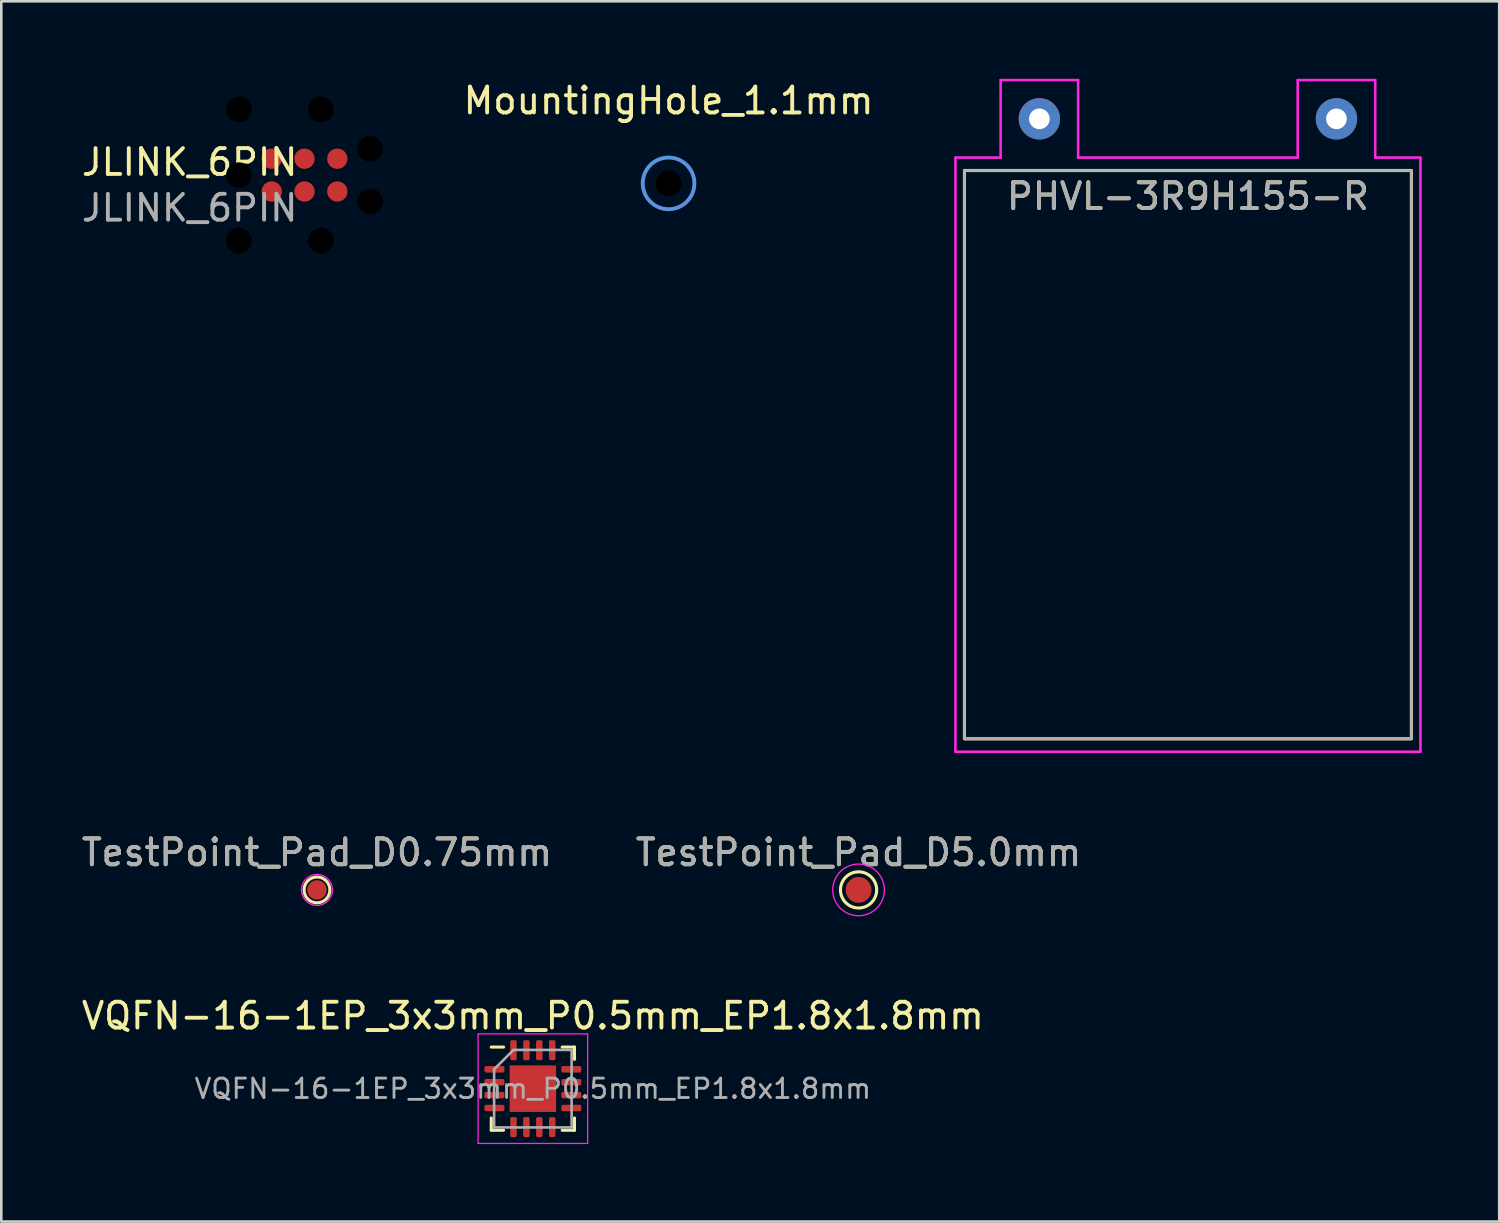
<source format=kicad_pcb>
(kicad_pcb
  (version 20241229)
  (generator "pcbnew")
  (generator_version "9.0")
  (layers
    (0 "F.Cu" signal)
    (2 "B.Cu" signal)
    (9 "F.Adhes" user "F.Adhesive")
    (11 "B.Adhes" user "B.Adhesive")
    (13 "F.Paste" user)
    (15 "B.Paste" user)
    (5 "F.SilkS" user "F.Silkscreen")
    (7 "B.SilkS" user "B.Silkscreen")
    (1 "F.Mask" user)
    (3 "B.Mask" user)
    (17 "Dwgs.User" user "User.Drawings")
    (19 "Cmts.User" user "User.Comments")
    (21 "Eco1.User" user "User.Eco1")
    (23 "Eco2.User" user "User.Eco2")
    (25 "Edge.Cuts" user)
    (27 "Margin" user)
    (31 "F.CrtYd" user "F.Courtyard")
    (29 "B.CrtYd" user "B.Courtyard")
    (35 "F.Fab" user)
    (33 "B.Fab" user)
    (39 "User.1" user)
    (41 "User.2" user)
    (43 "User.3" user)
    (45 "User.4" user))
  (footprint "PHVL-3R9H155-R"
    (layer "F.Cu")
    (at 42.934 1.55)
    (property "Reference" "PHVL-3R9H155-R" (at 0 3 180) (layer "F.SilkS") (effects (font (size 1 1) (thickness 0.15))))
    (attr through_hole exclude_from_pos_files)
    (fp_rect (start -8.65 2) (end 8.65 24) (stroke (width 0.12) (type solid)) (fill no) (layer "F.SilkS"))
    (fp_line (start -9 24.5) (end -9 1.5) (stroke (width 0.1) (type solid)) (layer "F.CrtYd"))
    (fp_line (start -7.25 -1.5) (end -4.25 -1.5) (stroke (width 0.1) (type solid)) (layer "F.CrtYd"))
    (fp_line (start -7.25 1.5) (end -9 1.5) (stroke (width 0.1) (type solid)) (layer "F.CrtYd"))
    (fp_line (start -7.25 1.5) (end -7.25 -1.5) (stroke (width 0.1) (type solid)) (layer "F.CrtYd"))
    (fp_line (start -4.25 -1.5) (end -4.25 1.5) (stroke (width 0.1) (type solid)) (layer "F.CrtYd"))
    (fp_line (start 4.25 -1.5) (end 7.25 -1.5) (stroke (width 0.1) (type solid)) (layer "F.CrtYd"))
    (fp_line (start 4.25 1.5) (end -4.25 1.5) (stroke (width 0.1) (type solid)) (layer "F.CrtYd"))
    (fp_line (start 4.25 1.5) (end 4.25 -1.5) (stroke (width 0.1) (type solid)) (layer "F.CrtYd"))
    (fp_line (start 7.25 -1.5) (end 7.25 1.5) (stroke (width 0.1) (type solid)) (layer "F.CrtYd"))
    (fp_line (start 9 1.5) (end 7.25 1.5) (stroke (width 0.1) (type solid)) (layer "F.CrtYd"))
    (fp_line (start 9 1.5) (end 9 24.5) (stroke (width 0.1) (type solid)) (layer "F.CrtYd"))
    (fp_line (start 9 24.5) (end -9 24.5) (stroke (width 0.1) (type solid)) (layer "F.CrtYd"))
    (fp_rect (start -8.65 2) (end 8.65 24) (stroke (width 0.1) (type solid)) (fill no) (layer "F.Fab"))
    (fp_text user "${REFERENCE}" (at 0 3 180) (layer "F.Fab") (effects (font (size 1 1) (thickness 0.15))))
    (pad "1" thru_hole circle (at 5.75 0) (size 1.6 1.6) (drill 0.8) (layers "*.Cu" "*.Mask"))
    (pad "2" thru_hole circle (at -5.75 0) (size 1.6 1.6) (drill 0.8) (layers "*.Cu" "*.Mask")))
  (footprint "MountingHole_1.1mm"
    (layer "F.Cu")
    (at 22.83 4.048)
    (property "Reference" "MountingHole_1.1mm" (at 0 -3.2 0) (layer "F.SilkS") (effects (font (size 1 1) (thickness 0.15))))
    (attr exclude_from_pos_files exclude_from_bom)
    (fp_circle (center 0 0) (end 1 0) (stroke (width 0.15) (type solid)) (fill no) (layer "Cmts.User"))
    (fp_circle (center 0 0) (end 1 0) (stroke (width 0.05) (type solid)) (fill no) (layer "F.CrtYd"))
    (pad "" np_thru_hole circle (at 0 0) (size 1 1) (drill 1.1) (layers "*.Mask")))
  (footprint "JLINK_6PIN"
    (layer "F.Cu")
    (at 6.197 3.728)
    (property "Reference" "JLINK_6PIN" (at -1.905 -0.5 0) (unlocked yes) (layer "F.SilkS") (effects (font (size 1 1) (thickness 0.15))))
    (attr through_hole)
    (fp_text user "${REFERENCE}" (at -1.905 1.27 0) (unlocked yes) (layer "F.Fab") (effects (font (size 1 1) (thickness 0.15))))
    (pad "" np_thru_hole circle (at 0 -2.54) (size 1 1) (drill 2.375) (layers "*.Mask"))
    (pad "" np_thru_hole circle (at 0 0) (size 1 1) (drill 0.991) (layers "*.Mask"))
    (pad "" np_thru_hole circle (at 0 2.54) (size 1 1) (drill 2.375) (layers "*.Mask"))
    (pad "" np_thru_hole circle (at 3.175 -2.54) (size 1 1) (drill 2.375) (layers "*.Mask"))
    (pad "" np_thru_hole circle (at 3.175 2.54) (size 1 1) (drill 2.375) (layers "*.Mask"))
    (pad "" np_thru_hole circle (at 5.08 -1.016) (size 1 1) (drill 0.991) (layers "*.Mask"))
    (pad "" np_thru_hole circle (at 5.08 1.016) (size 1 1) (drill 0.991) (layers "*.Mask"))
    (pad "1" smd circle (at 1.27 0.635) (size 0.787 0.787) (layers "F.Cu" "F.Mask"))
    (pad "2" smd circle (at 1.27 -0.635) (size 0.787 0.787) (layers "F.Cu" "F.Mask"))
    (pad "3" smd circle (at 2.54 0.635) (size 0.787 0.787) (layers "F.Cu" "F.Mask"))
    (pad "4" smd circle (at 2.54 -0.635) (size 0.787 0.787) (layers "F.Cu" "F.Mask"))
    (pad "5" smd circle (at 3.81 0.635) (size 0.787 0.787) (layers "F.Cu" "F.Mask"))
    (pad "6" smd circle (at 3.81 -0.635) (size 0.787 0.787) (layers "F.Cu" "F.Mask")))
  (footprint "VQFN-16-1EP_3x3mm_P0.5mm_EP1.8x1.8mm"
    (layer "F.Cu")
    (at 17.577 39.092)
    (property "Reference" "VQFN-16-1EP_3x3mm_P0.5mm_EP1.8x1.8mm" (at 0 -2.82 180) (layer "F.SilkS") (effects (font (size 1 1) (thickness 0.15))))
    (attr smd)
    (fp_line (start -1.61 1.61) (end -1.61 1.135) (stroke (width 0.12) (type solid)) (layer "F.SilkS"))
    (fp_line (start -1.135 -1.61) (end -1.61 -1.61) (stroke (width 0.12) (type solid)) (layer "F.SilkS"))
    (fp_line (start -1.135 1.61) (end -1.61 1.61) (stroke (width 0.12) (type solid)) (layer "F.SilkS"))
    (fp_line (start 1.135 -1.61) (end 1.61 -1.61) (stroke (width 0.12) (type solid)) (layer "F.SilkS"))
    (fp_line (start 1.135 1.61) (end 1.61 1.61) (stroke (width 0.12) (type solid)) (layer "F.SilkS"))
    (fp_line (start 1.61 -1.61) (end 1.61 -1.135) (stroke (width 0.12) (type solid)) (layer "F.SilkS"))
    (fp_line (start 1.61 1.61) (end 1.61 1.135) (stroke (width 0.12) (type solid)) (layer "F.SilkS"))
    (fp_line (start -2.12 -2.12) (end -2.12 2.12) (stroke (width 0.05) (type solid)) (layer "F.CrtYd"))
    (fp_line (start -2.12 2.12) (end 2.12 2.12) (stroke (width 0.05) (type solid)) (layer "F.CrtYd"))
    (fp_line (start 2.12 -2.12) (end -2.12 -2.12) (stroke (width 0.05) (type solid)) (layer "F.CrtYd"))
    (fp_line (start 2.12 2.12) (end 2.12 -2.12) (stroke (width 0.05) (type solid)) (layer "F.CrtYd"))
    (fp_line (start -1.5 -0.75) (end -0.75 -1.5) (stroke (width 0.1) (type solid)) (layer "F.Fab"))
    (fp_line (start -1.5 1.5) (end -1.5 -0.75) (stroke (width 0.1) (type solid)) (layer "F.Fab"))
    (fp_line (start -0.75 -1.5) (end 1.5 -1.5) (stroke (width 0.1) (type solid)) (layer "F.Fab"))
    (fp_line (start 1.5 -1.5) (end 1.5 1.5) (stroke (width 0.1) (type solid)) (layer "F.Fab"))
    (fp_line (start 1.5 1.5) (end -1.5 1.5) (stroke (width 0.1) (type solid)) (layer "F.Fab"))
    (fp_text user "${REFERENCE}" (at 0 0 180) (layer "F.Fab") (effects (font (size 0.75 0.75) (thickness 0.11))))
    (pad "" smd roundrect (at -0.45 -0.45) (size 0.73 0.73) (layers "F.Paste") (roundrect_rratio 0.25))
    (pad "" smd roundrect (at -0.45 0.45) (size 0.73 0.73) (layers "F.Paste") (roundrect_rratio 0.25))
    (pad "" smd roundrect (at 0.45 -0.45) (size 0.73 0.73) (layers "F.Paste") (roundrect_rratio 0.25))
    (pad "" smd roundrect (at 0.45 0.45) (size 0.73 0.73) (layers "F.Paste") (roundrect_rratio 0.25))
    (pad "1" smd roundrect (at -1.488 -0.75) (size 0.775 0.25) (layers "F.Cu" "F.Mask" "F.Paste") (roundrect_rratio 0.25))
    (pad "2" smd roundrect (at -1.488 -0.25) (size 0.775 0.25) (layers "F.Cu" "F.Mask" "F.Paste") (roundrect_rratio 0.25))
    (pad "3" smd roundrect (at -1.488 0.25) (size 0.775 0.25) (layers "F.Cu" "F.Mask" "F.Paste") (roundrect_rratio 0.25))
    (pad "4" smd roundrect (at -1.488 0.75) (size 0.775 0.25) (layers "F.Cu" "F.Mask" "F.Paste") (roundrect_rratio 0.25))
    (pad "5" smd roundrect (at -0.75 1.488) (size 0.25 0.775) (layers "F.Cu" "F.Mask" "F.Paste") (roundrect_rratio 0.25))
    (pad "6" smd roundrect (at -0.25 1.488) (size 0.25 0.775) (layers "F.Cu" "F.Mask" "F.Paste") (roundrect_rratio 0.25))
    (pad "7" smd roundrect (at 0.25 1.488) (size 0.25 0.775) (layers "F.Cu" "F.Mask" "F.Paste") (roundrect_rratio 0.25))
    (pad "8" smd roundrect (at 0.75 1.488) (size 0.25 0.775) (layers "F.Cu" "F.Mask" "F.Paste") (roundrect_rratio 0.25))
    (pad "9" smd roundrect (at 1.488 0.75) (size 0.775 0.25) (layers "F.Cu" "F.Mask" "F.Paste") (roundrect_rratio 0.25))
    (pad "10" smd roundrect (at 1.488 0.25) (size 0.775 0.25) (layers "F.Cu" "F.Mask" "F.Paste") (roundrect_rratio 0.25))
    (pad "11" smd roundrect (at 1.488 -0.25) (size 0.775 0.25) (layers "F.Cu" "F.Mask" "F.Paste") (roundrect_rratio 0.25))
    (pad "12" smd roundrect (at 1.488 -0.75) (size 0.775 0.25) (layers "F.Cu" "F.Mask" "F.Paste") (roundrect_rratio 0.25))
    (pad "13" smd roundrect (at 0.75 -1.488) (size 0.25 0.775) (layers "F.Cu" "F.Mask" "F.Paste") (roundrect_rratio 0.25))
    (pad "14" smd roundrect (at 0.25 -1.488) (size 0.25 0.775) (layers "F.Cu" "F.Mask" "F.Paste") (roundrect_rratio 0.25))
    (pad "15" smd roundrect (at -0.25 -1.488) (size 0.25 0.775) (layers "F.Cu" "F.Mask" "F.Paste") (roundrect_rratio 0.25))
    (pad "16" smd roundrect (at -0.75 -1.488) (size 0.25 0.775) (layers "F.Cu" "F.Mask" "F.Paste") (roundrect_rratio 0.25))
    (pad "17" smd rect (at 0 0) (size 1.8 1.8) (layers "F.Cu" "F.Mask")))
  (footprint "TestPoint_Pad_D0.75mm"
    (layer "F.Cu")
    (at 9.22 31.398)
    (property "Reference" "TestPoint_Pad_D0.75mm" (at 0 -1.448 0) (layer "F.SilkS") (effects (font (size 1 1) (thickness 0.15))))
    (attr exclude_from_pos_files)
    (fp_circle (center 0 0) (end 0.5 0) (stroke (width 0.12) (type solid)) (fill no) (layer "F.SilkS"))
    (fp_circle (center 0 0) (end 0.6 0) (stroke (width 0.05) (type solid)) (fill no) (layer "F.CrtYd"))
    (fp_text user "${REFERENCE}" (at 0 -1.45 0) (layer "F.Fab") (effects (font (size 1 1) (thickness 0.15))))
    (pad "1" smd circle (at 0 0) (size 0.75 0.75) (layers "F.Cu" "F.Mask")))
  (footprint "TestPoint_Pad_D5.0mm"
    (layer "F.Cu")
    (at 30.185 31.398)
    (property "Reference" "TestPoint_Pad_D5.0mm" (at 0 -1.448 0) (layer "F.SilkS") (effects (font (size 1 1) (thickness 0.15))))
    (attr exclude_from_pos_files)
    (fp_circle (center 0 0) (end 0 0.7) (stroke (width 0.12) (type solid)) (fill no) (layer "F.SilkS"))
    (fp_circle (center 0 0) (end 1 0) (stroke (width 0.05) (type solid)) (fill no) (layer "F.CrtYd"))
    (fp_text user "${REFERENCE}" (at 0 -1.45 0) (layer "F.Fab") (effects (font (size 1 1) (thickness 0.15))))
    (pad "1" smd circle (at 0 0) (size 1 1) (layers "F.Cu" "F.Mask")))
  (gr_rect
    (start -3 -3)
    (end 54.984 44.236)
    (stroke (width 0.1) (type default))
    (fill no)
    (layer "Edge.Cuts")))
</source>
